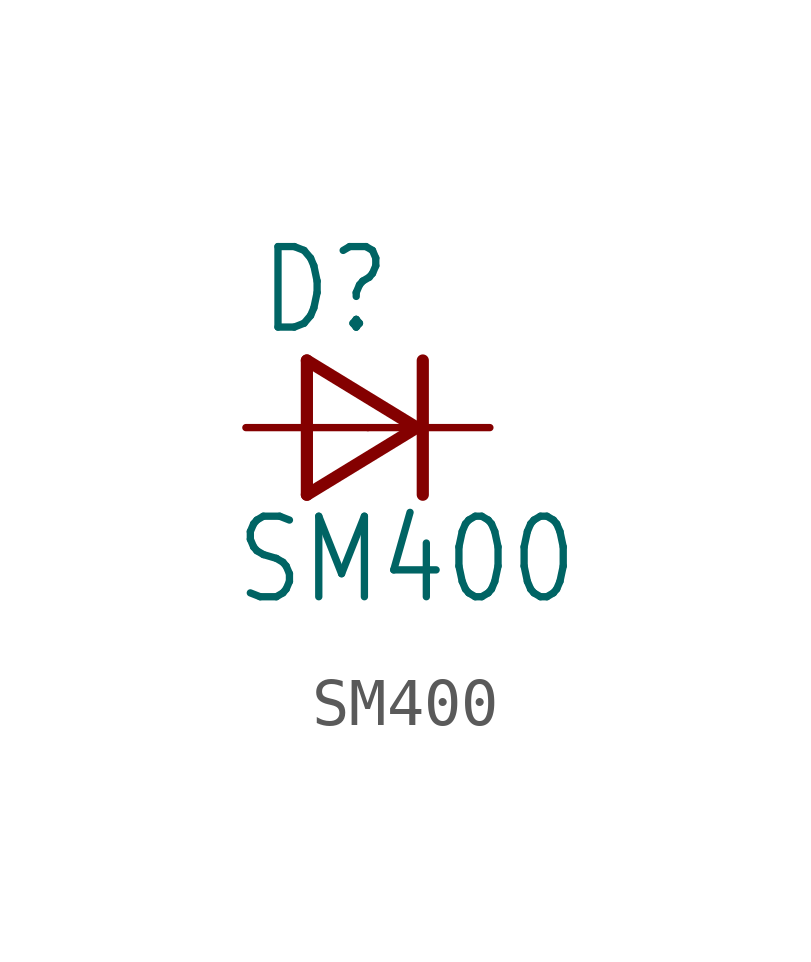
<source format=kicad_sym>
(kicad_symbol_lib
  (version 20211014)
  (generator kicad_symbol_editor)
  (symbol "SM400"
    (property "Reference" "D"
      (at -2.311 1.88 0)
      (effects (font (size 1.676 1.425)) (justify left bottom)))
    (property "Value" "SM400"
      (at -2.819 -3.734 0)
      (effects (font (size 1.676 1.425)) (justify left bottom)))
    (property "ki_locked" ""
      (at 0 0 0)
      (effects (font (size 1.27 1.27))))
    (symbol "SM400_1_0"
      (polyline (pts (xy -1.27 -1.397) (xy 1.016 0)) (stroke (width 0.254) (type default) (color 0 0 0 0)) (fill (type none)))
      (polyline (pts (xy -1.27 1.397) (xy -1.27 -1.397)) (stroke (width 0.254) (type default) (color 0 0 0 0)) (fill (type none)))
      (polyline (pts (xy 1.016 0) (xy -1.27 1.397)) (stroke (width 0.254) (type default) (color 0 0 0 0)) (fill (type none)))
      (polyline (pts (xy 1.143 1.397) (xy 1.143 -1.397)) (stroke (width 0.254) (type default) (color 0 0 0 0)) (fill (type none)))
      (pin passive line (at -2.54 0 0) (length 2.54) (name "A" (effects (font (size 0 0)))) (number "A" (effects (font (size 0 0)))))
      (pin passive line (at 2.54 0 180) (length 2.54) (name "C" (effects (font (size 0 0)))) (number "C" (effects (font (size 0 0))))))))
</source>
